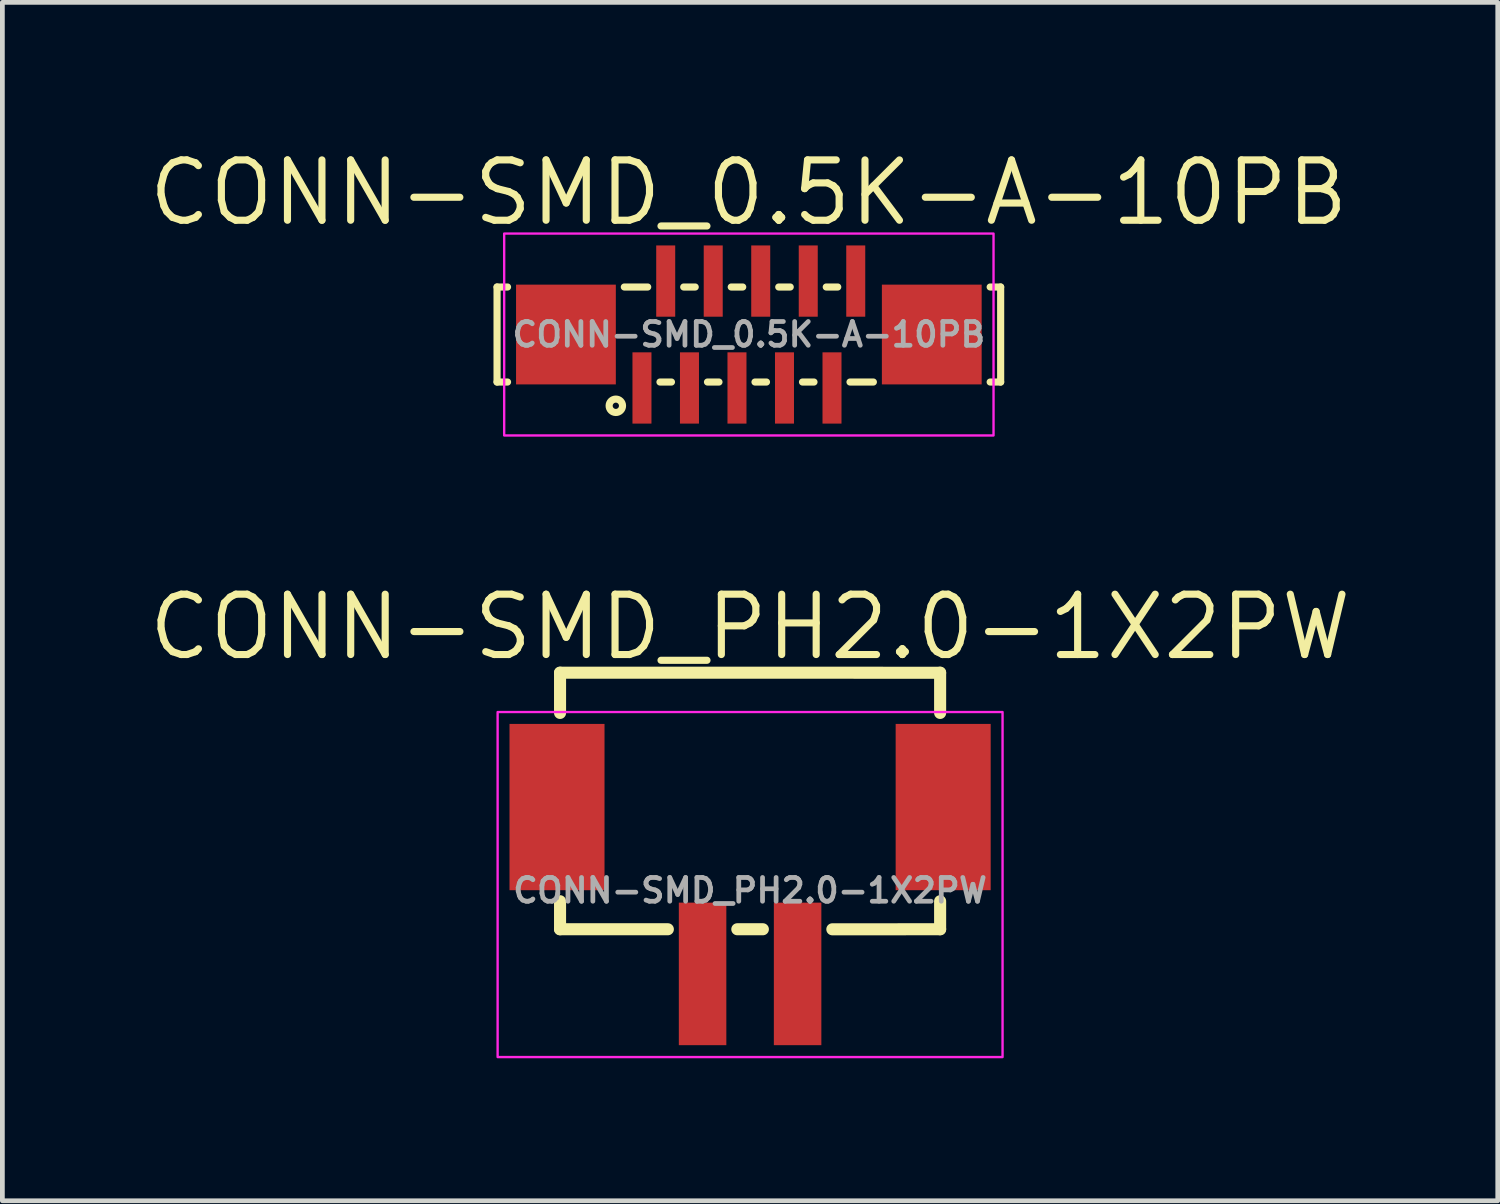
<source format=kicad_pcb>
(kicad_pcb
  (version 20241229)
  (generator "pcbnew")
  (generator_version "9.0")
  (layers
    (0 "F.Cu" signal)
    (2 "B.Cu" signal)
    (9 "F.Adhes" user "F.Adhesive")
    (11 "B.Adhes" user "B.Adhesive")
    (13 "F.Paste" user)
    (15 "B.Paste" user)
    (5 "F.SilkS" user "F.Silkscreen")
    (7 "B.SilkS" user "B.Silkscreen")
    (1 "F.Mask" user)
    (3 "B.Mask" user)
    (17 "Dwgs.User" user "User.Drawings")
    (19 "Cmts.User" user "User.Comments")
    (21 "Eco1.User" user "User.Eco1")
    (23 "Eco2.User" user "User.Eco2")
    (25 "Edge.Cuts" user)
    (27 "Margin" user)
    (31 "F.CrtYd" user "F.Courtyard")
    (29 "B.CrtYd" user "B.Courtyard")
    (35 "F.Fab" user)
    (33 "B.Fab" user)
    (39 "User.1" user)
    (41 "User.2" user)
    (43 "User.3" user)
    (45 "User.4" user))
  (footprint "CONN-SMD_0.5K-A-10PB"
    (layer "F.Cu")
    (at 12.712 3.991)
    (property "Reference" "CONN-SMD_0.5K-A-10PB" (at -0.005 -2.985 0) (layer "F.SilkS") (effects (font (size 1.27 1.27) (thickness 0.15))))
    (fp_line (start -5.3 -1) (end -5.079 -1) (stroke (width 0.15) (type default)) (layer "F.SilkS"))
    (fp_line (start -5.3 1) (end -5.3 -1) (stroke (width 0.15) (type default)) (layer "F.SilkS"))
    (fp_line (start -5.079 1) (end -5.3 1) (stroke (width 0.15) (type default)) (layer "F.SilkS"))
    (fp_line (start -2.621 -1) (end -2.129 -1) (stroke (width 0.15) (type default)) (layer "F.SilkS"))
    (fp_line (start -1.629 1) (end -1.871 1) (stroke (width 0.15) (type default)) (layer "F.SilkS"))
    (fp_line (start -1.371 -1) (end -1.129 -1) (stroke (width 0.15) (type default)) (layer "F.SilkS"))
    (fp_line (start -0.629 1) (end -0.871 1) (stroke (width 0.15) (type default)) (layer "F.SilkS"))
    (fp_line (start -0.371 -1) (end -0.129 -1) (stroke (width 0.15) (type default)) (layer "F.SilkS"))
    (fp_line (start 0.371 1) (end 0.129 1) (stroke (width 0.15) (type default)) (layer "F.SilkS"))
    (fp_line (start 0.629 -1) (end 0.871 -1) (stroke (width 0.15) (type default)) (layer "F.SilkS"))
    (fp_line (start 1.371 1) (end 1.129 1) (stroke (width 0.15) (type default)) (layer "F.SilkS"))
    (fp_line (start 1.629 -1) (end 1.871 -1) (stroke (width 0.15) (type default)) (layer "F.SilkS"))
    (fp_line (start 2.621 1) (end 2.129 1) (stroke (width 0.15) (type default)) (layer "F.SilkS"))
    (fp_line (start 5.079 -1) (end 5.3 -1) (stroke (width 0.15) (type default)) (layer "F.SilkS"))
    (fp_line (start 5.3 -1) (end 5.3 1) (stroke (width 0.15) (type default)) (layer "F.SilkS"))
    (fp_line (start 5.3 1) (end 5.079 1) (stroke (width 0.15) (type default)) (layer "F.SilkS"))
    (fp_circle (center -2.8 1.5) (end -2.659 1.5) (stroke (width 0.15) (type default)) (fill no) (layer "F.SilkS"))
    (fp_rect (start -5.15 -2.125) (end 5.15 2.125) (stroke (width 0.05) (type default)) (fill no) (layer "F.CrtYd"))
    (fp_circle (center -5.325 1.75) (end -5.295 1.75) (stroke (width 0.06) (type default)) (fill no) (layer "User.5"))
    (fp_text user "${REFERENCE}" (at 0 0 0) (layer "F.Fab") (effects (font (size 0.5 0.5) (thickness 0.1))))
    (pad "1" smd rect (at -2.25 1.125) (size 0.4 1.5) (layers "F.Cu" "F.Mask" "F.Paste"))
    (pad "2" smd rect (at -1.75 -1.125) (size 0.4 1.5) (layers "F.Cu" "F.Mask" "F.Paste"))
    (pad "3" smd rect (at -1.25 1.125) (size 0.4 1.5) (layers "F.Cu" "F.Mask" "F.Paste"))
    (pad "4" smd rect (at -0.75 -1.125) (size 0.4 1.5) (layers "F.Cu" "F.Mask" "F.Paste"))
    (pad "5" smd rect (at -0.25 1.125) (size 0.4 1.5) (layers "F.Cu" "F.Mask" "F.Paste"))
    (pad "6" smd rect (at 0.25 -1.125) (size 0.4 1.5) (layers "F.Cu" "F.Mask" "F.Paste"))
    (pad "7" smd rect (at 0.75 1.125) (size 0.4 1.5) (layers "F.Cu" "F.Mask" "F.Paste"))
    (pad "8" smd rect (at 1.25 -1.125) (size 0.4 1.5) (layers "F.Cu" "F.Mask" "F.Paste"))
    (pad "9" smd rect (at 1.75 1.125) (size 0.4 1.5) (layers "F.Cu" "F.Mask" "F.Paste"))
    (pad "10" smd rect (at 2.25 -1.125) (size 0.4 1.5) (layers "F.Cu" "F.Mask" "F.Paste"))
    (pad "11" smd rect (at -3.85 0) (size 2.1 2.1) (layers "F.Cu" "F.Mask" "F.Paste"))
    (pad "12" smd rect (at 3.85 0) (size 2.1 2.1) (layers "F.Cu" "F.Mask" "F.Paste"))
    (zone (net_name "") (layer "Dwgs.User") (hatch edge 0.5) (priority 100) (connect_pads yes) (min_thickness 0) (filled_areas_thickness no) (fill yes) (polygon (pts (xy 17.612 3.191) (xy 16.112 3.191) (xy 16.112 3.991) (xy 9.112 3.991) (xy 9.112 3.191) (xy 7.512 3.191) (xy 7.512 4.791) (xy 17.612 4.791) (xy 17.612 4.591))) (filled_polygon (layer "Dwgs.User") (island) (pts (xy 17.612 3.191) (xy 16.112 3.191) (xy 16.112 3.991) (xy 9.112 3.991) (xy 9.112 3.191) (xy 7.512 3.191) (xy 7.512 4.791) (xy 17.612 4.791) (xy 17.612 4.591))))
    (zone (net_name "") (layer "User.3") (hatch edge 0.5) (priority 100) (connect_pads yes) (min_thickness 0) (filled_areas_thickness no) (fill yes) (polygon (pts (xy 7.387 2.991) (xy 7.387 4.991) (xy 18.037 4.991) (xy 18.037 2.991))) (filled_polygon (layer "User.3") (island) (pts (xy 7.387 2.991) (xy 7.387 4.991) (xy 18.037 4.991) (xy 18.037 2.991))))
    (zone (net_name "") (layer "User.4") (hatch edge 0.5) (priority 100) (connect_pads yes) (min_thickness 0) (filled_areas_thickness no) (fill yes) (polygon (pts (xy 7.912 4.991) (xy 9.812 4.991) (xy 9.812 2.991) (xy 7.912 2.991))) (filled_polygon (layer "User.4") (island) (pts (xy 7.912 4.991) (xy 9.812 4.991) (xy 9.812 2.991) (xy 7.912 2.991))))
    (zone (net_name "") (layer "User.4") (hatch edge 0.5) (priority 100) (connect_pads yes) (min_thickness 0) (filled_areas_thickness no) (fill yes) (polygon (pts (xy 10.362 5.741) (xy 10.562 5.741) (xy 10.562 4.841) (xy 10.362 4.841))) (filled_polygon (layer "User.4") (island) (pts (xy 10.362 5.741) (xy 10.562 5.741) (xy 10.562 4.841) (xy 10.362 4.841))))
    (zone (net_name "") (layer "User.4") (hatch edge 0.5) (priority 100) (connect_pads yes) (min_thickness 0) (filled_areas_thickness no) (fill yes) (polygon (pts (xy 10.862 3.141) (xy 11.062 3.141) (xy 11.062 2.241) (xy 10.862 2.241))) (filled_polygon (layer "User.4") (island) (pts (xy 10.862 3.141) (xy 11.062 3.141) (xy 11.062 2.241) (xy 10.862 2.241))))
    (zone (net_name "") (layer "User.4") (hatch edge 0.5) (priority 100) (connect_pads yes) (min_thickness 0) (filled_areas_thickness no) (fill yes) (polygon (pts (xy 11.362 5.741) (xy 11.562 5.741) (xy 11.562 4.841) (xy 11.362 4.841))) (filled_polygon (layer "User.4") (island) (pts (xy 11.362 5.741) (xy 11.562 5.741) (xy 11.562 4.841) (xy 11.362 4.841))))
    (zone (net_name "") (layer "User.4") (hatch edge 0.5) (priority 100) (connect_pads yes) (min_thickness 0) (filled_areas_thickness no) (fill yes) (polygon (pts (xy 11.862 3.141) (xy 12.062 3.141) (xy 12.062 2.241) (xy 11.862 2.241))) (filled_polygon (layer "User.4") (island) (pts (xy 11.862 3.141) (xy 12.062 3.141) (xy 12.062 2.241) (xy 11.862 2.241))))
    (zone (net_name "") (layer "User.4") (hatch edge 0.5) (priority 100) (connect_pads yes) (min_thickness 0) (filled_areas_thickness no) (fill yes) (polygon (pts (xy 12.362 5.741) (xy 12.562 5.741) (xy 12.562 4.841) (xy 12.362 4.841))) (filled_polygon (layer "User.4") (island) (pts (xy 12.362 5.741) (xy 12.562 5.741) (xy 12.562 4.841) (xy 12.362 4.841))))
    (zone (net_name "") (layer "User.4") (hatch edge 0.5) (priority 100) (connect_pads yes) (min_thickness 0) (filled_areas_thickness no) (fill yes) (polygon (pts (xy 12.862 3.141) (xy 13.062 3.141) (xy 13.062 2.241) (xy 12.862 2.241))) (filled_polygon (layer "User.4") (island) (pts (xy 12.862 3.141) (xy 13.062 3.141) (xy 13.062 2.241) (xy 12.862 2.241))))
    (zone (net_name "") (layer "User.4") (hatch edge 0.5) (priority 100) (connect_pads yes) (min_thickness 0) (filled_areas_thickness no) (fill yes) (polygon (pts (xy 13.362 5.741) (xy 13.562 5.741) (xy 13.562 4.841) (xy 13.362 4.841))) (filled_polygon (layer "User.4") (island) (pts (xy 13.362 5.741) (xy 13.562 5.741) (xy 13.562 4.841) (xy 13.362 4.841))))
    (zone (net_name "") (layer "User.4") (hatch edge 0.5) (priority 100) (connect_pads yes) (min_thickness 0) (filled_areas_thickness no) (fill yes) (polygon (pts (xy 13.862 3.141) (xy 14.062 3.141) (xy 14.062 2.241) (xy 13.862 2.241))) (filled_polygon (layer "User.4") (island) (pts (xy 13.862 3.141) (xy 14.062 3.141) (xy 14.062 2.241) (xy 13.862 2.241))))
    (zone (net_name "") (layer "User.4") (hatch edge 0.5) (priority 100) (connect_pads yes) (min_thickness 0) (filled_areas_thickness no) (fill yes) (polygon (pts (xy 14.362 5.741) (xy 14.562 5.741) (xy 14.562 4.841) (xy 14.362 4.841))) (filled_polygon (layer "User.4") (island) (pts (xy 14.362 5.741) (xy 14.562 5.741) (xy 14.562 4.841) (xy 14.362 4.841))))
    (zone (net_name "") (layer "User.4") (hatch edge 0.5) (priority 100) (connect_pads yes) (min_thickness 0) (filled_areas_thickness no) (fill yes) (polygon (pts (xy 14.862 3.141) (xy 15.062 3.141) (xy 15.062 2.241) (xy 14.862 2.241))) (filled_polygon (layer "User.4") (island) (pts (xy 14.862 3.141) (xy 15.062 3.141) (xy 15.062 2.241) (xy 14.862 2.241))))
    (zone (net_name "") (layer "User.4") (hatch edge 0.5) (priority 100) (connect_pads yes) (min_thickness 0) (filled_areas_thickness no) (fill yes) (polygon (pts (xy 15.612 4.991) (xy 17.512 4.991) (xy 17.512 2.991) (xy 15.612 2.991))) (filled_polygon (layer "User.4") (island) (pts (xy 15.612 4.991) (xy 17.512 4.991) (xy 17.512 2.991) (xy 15.612 2.991)))))
  (footprint "CONN-SMD_PH2.0-1X2PW"
    (layer "F.Cu")
    (at 12.738 15.693)
    (property "Reference" "CONN-SMD_PH2.0-1X2PW" (at 0 -5.546 0) (layer "F.SilkS") (effects (font (size 1.27 1.27) (thickness 0.15))))
    (fp_line (start -4 -4.584) (end -4 -3.737) (stroke (width 0.254) (type default)) (layer "F.SilkS"))
    (fp_line (start -4 -4.584) (end 4 -4.583) (stroke (width 0.254) (type default)) (layer "F.SilkS"))
    (fp_line (start -4 0.226) (end -4 0.816) (stroke (width 0.254) (type default)) (layer "F.SilkS"))
    (fp_line (start -4 0.816) (end -1.731 0.816) (stroke (width 0.254) (type default)) (layer "F.SilkS"))
    (fp_line (start -0.269 0.816) (end 0.269 0.816) (stroke (width 0.254) (type default)) (layer "F.SilkS"))
    (fp_line (start 1.731 0.817) (end 4 0.816) (stroke (width 0.254) (type default)) (layer "F.SilkS"))
    (fp_line (start 4 -4.584) (end 4 -3.737) (stroke (width 0.254) (type default)) (layer "F.SilkS"))
    (fp_line (start 4 0.226) (end 4 0.816) (stroke (width 0.254) (type default)) (layer "F.SilkS"))
    (fp_rect (start -5.314 -3.756) (end 5.314 3.506) (stroke (width 0.05) (type default)) (fill no) (layer "F.CrtYd"))
    (fp_circle (center -4 2.756) (end -3.97 2.756) (stroke (width 0.06) (type default)) (fill no) (layer "User.5"))
    (fp_text user "${REFERENCE}" (at 0 0 0) (layer "F.Fab") (effects (font (size 0.5 0.5) (thickness 0.1))))
    (pad "1" smd rect (at -1 1.756) (size 1 3) (layers "F.Cu" "F.Mask" "F.Paste"))
    (pad "2" smd rect (at 1 1.756) (size 1 3) (layers "F.Cu" "F.Mask" "F.Paste"))
    (pad "3" smd rect (at 4.064 -1.756) (size 2 3.5) (layers "F.Cu" "F.Mask" "F.Paste"))
    (pad "4" smd rect (at -4.064 -1.756) (size 2 3.5) (layers "F.Cu" "F.Mask" "F.Paste"))
    (zone (net_name "") (layer "Dwgs.User") (hatch edge 0.5) (priority 100) (connect_pads yes) (min_thickness 0) (filled_areas_thickness no) (fill yes) (polygon (pts (xy 10.198 15.693) (xy 10.198 16.201) (xy 10.452 15.947))) (filled_polygon (layer "Dwgs.User") (island) (pts (xy 10.198 15.693) (xy 10.198 16.201) (xy 10.452 15.947))))
    (zone (net_name "") (layer "User.3") (hatch edge 0.5) (priority 100) (connect_pads yes) (min_thickness 0) (filled_areas_thickness no) (fill yes) (polygon (pts (xy 8.738 11.043) (xy 16.738 11.043) (xy 16.738 16.443) (xy 8.738 16.443))) (filled_polygon (layer "User.3") (island) (pts (xy 8.738 11.043) (xy 16.738 11.043) (xy 16.738 16.443) (xy 8.738 16.443))))
    (zone (net_name "") (layer "User.4") (hatch edge 0.5) (priority 100) (connect_pads yes) (min_thickness 0) (filled_areas_thickness no) (fill yes) (polygon (pts (xy 8.928 12.925) (xy 9.69 12.925) (xy 9.69 15.211) (xy 8.928 15.211))) (filled_polygon (layer "User.4") (island) (pts (xy 8.928 12.925) (xy 9.69 12.925) (xy 9.69 15.211) (xy 8.928 15.211))))
    (zone (net_name "") (layer "User.4") (hatch edge 0.5) (priority 100) (connect_pads yes) (min_thickness 0) (filled_areas_thickness no) (fill yes) (polygon (pts (xy 11.488 15.948) (xy 11.988 15.948) (xy 11.988 18.448) (xy 11.488 18.448))) (filled_polygon (layer "User.4") (island) (pts (xy 11.488 15.948) (xy 11.988 15.948) (xy 11.988 18.448) (xy 11.488 18.448))))
    (zone (net_name "") (layer "User.4") (hatch edge 0.5) (priority 100) (connect_pads yes) (min_thickness 0) (filled_areas_thickness no) (fill yes) (polygon (pts (xy 13.488 15.948) (xy 13.988 15.948) (xy 13.988 18.448) (xy 13.488 18.448))) (filled_polygon (layer "User.4") (island) (pts (xy 13.488 15.948) (xy 13.988 15.948) (xy 13.988 18.448) (xy 13.488 18.448))))
    (zone (net_name "") (layer "User.4") (hatch edge 0.5) (priority 100) (connect_pads yes) (min_thickness 0) (filled_areas_thickness no) (fill yes) (polygon (pts (xy 16.548 15.211) (xy 15.786 15.211) (xy 15.786 12.925) (xy 16.548 12.925))) (filled_polygon (layer "User.4") (island) (pts (xy 16.548 15.211) (xy 15.786 15.211) (xy 15.786 12.925) (xy 16.548 12.925)))))
  (gr_rect
    (start -3 -3)
    (end 28.475 22.224)
    (stroke (width 0.1) (type default))
    (fill no)
    (layer "Edge.Cuts")))
</source>
